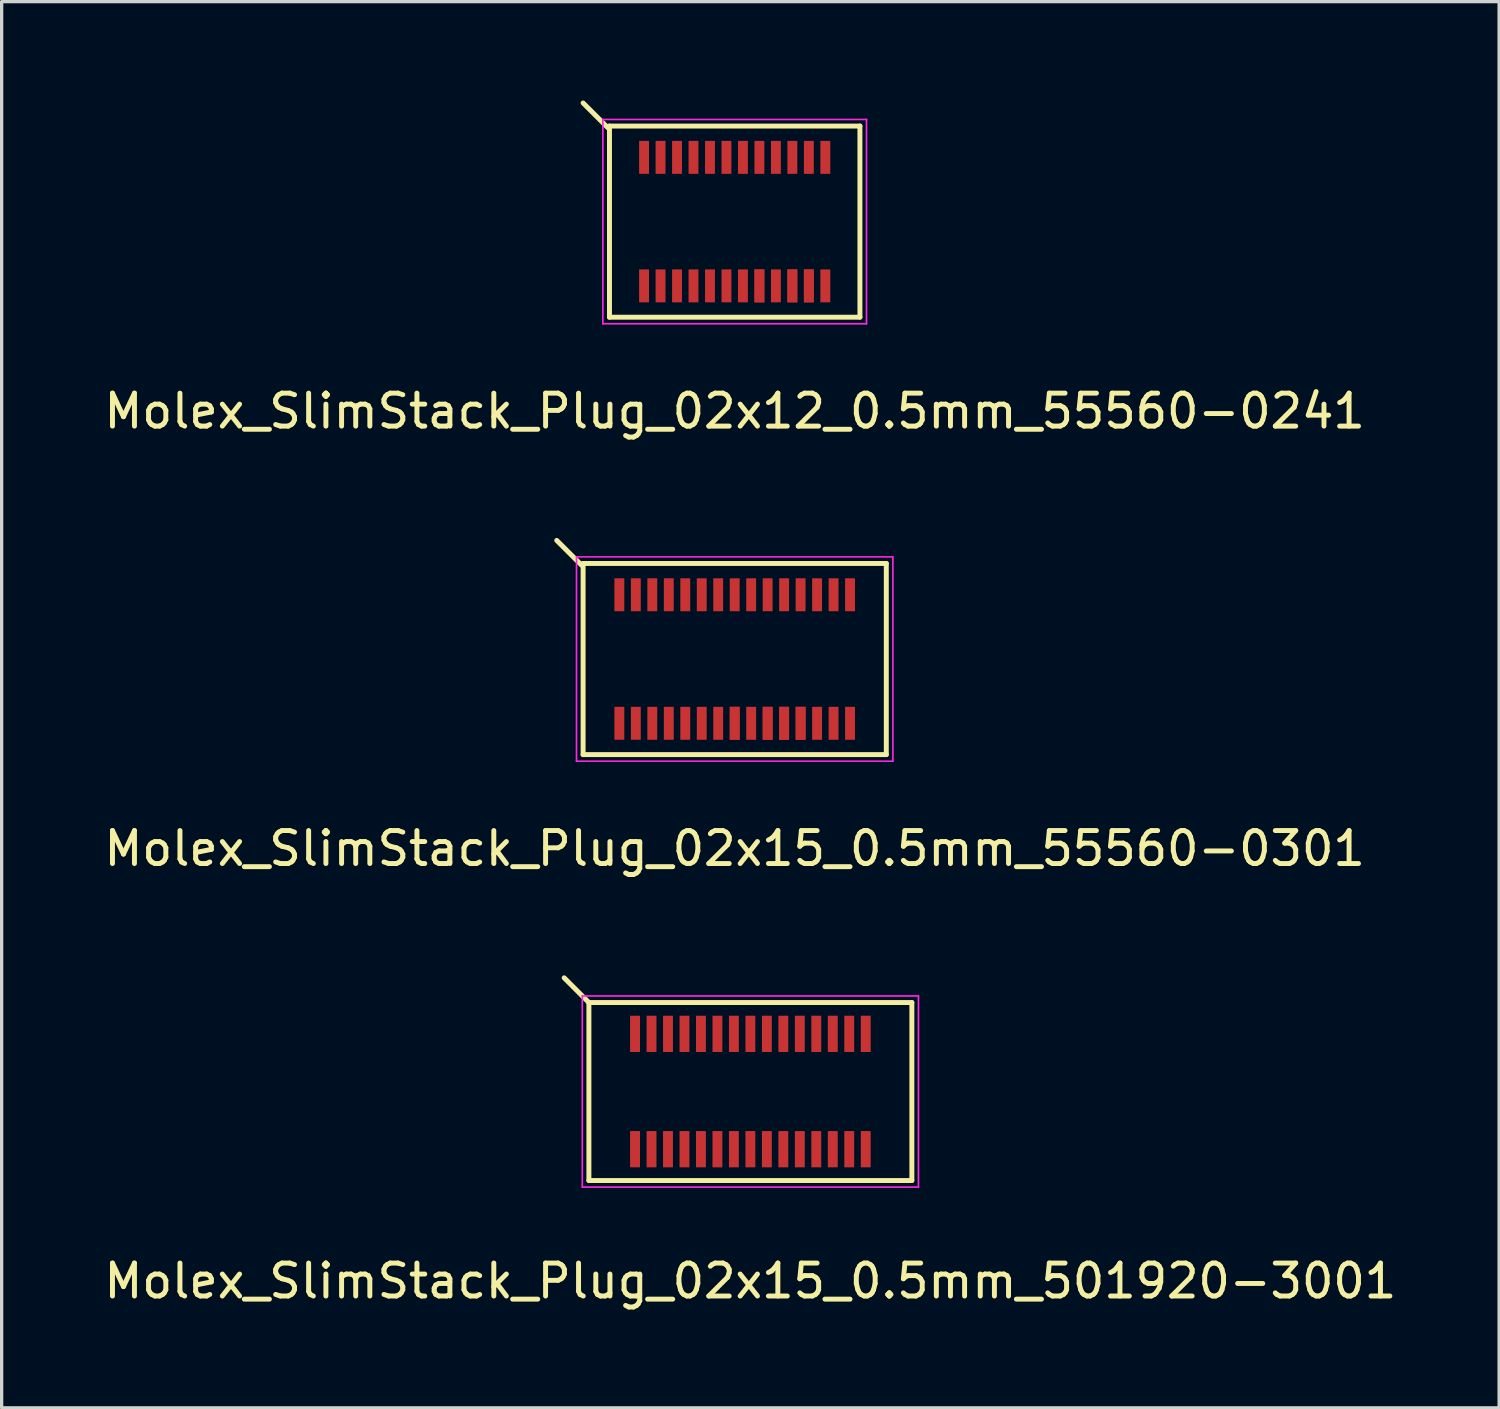
<source format=kicad_pcb>
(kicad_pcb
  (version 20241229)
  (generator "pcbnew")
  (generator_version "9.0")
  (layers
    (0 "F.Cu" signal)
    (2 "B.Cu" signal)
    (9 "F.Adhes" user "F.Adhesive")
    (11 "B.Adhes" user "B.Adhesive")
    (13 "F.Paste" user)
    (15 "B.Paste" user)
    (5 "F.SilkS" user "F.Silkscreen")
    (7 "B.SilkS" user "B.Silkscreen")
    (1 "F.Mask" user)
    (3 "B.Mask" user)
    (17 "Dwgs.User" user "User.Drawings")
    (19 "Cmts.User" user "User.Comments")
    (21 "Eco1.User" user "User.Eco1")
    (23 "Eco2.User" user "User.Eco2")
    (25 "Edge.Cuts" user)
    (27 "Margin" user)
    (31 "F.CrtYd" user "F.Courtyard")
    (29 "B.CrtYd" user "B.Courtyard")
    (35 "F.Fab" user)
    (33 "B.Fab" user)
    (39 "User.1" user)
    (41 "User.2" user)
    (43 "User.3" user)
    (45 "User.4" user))
  (footprint "Molex_SlimStack_Plug_02x15_0.5mm_55560-0301"
    (layer "F.Cu")
    (at 19.244 16.948)
    (property "Reference" "Molex_SlimStack_Plug_02x15_0.5mm_55560-0301" (at 0 5.75 0) (layer "F.SilkS") (effects (font (size 1 1) (thickness 0.15))))
    (attr smd)
    (fp_line (start -4.65 -2.85) (end -5.4 -3.6) (stroke (width 0.15) (type solid)) (layer "F.SilkS"))
    (fp_line (start -4.6 -2.9) (end -4.6 2.9) (stroke (width 0.15) (type solid)) (layer "F.SilkS"))
    (fp_line (start -4.6 2.9) (end 4.6 2.9) (stroke (width 0.15) (type solid)) (layer "F.SilkS"))
    (fp_line (start 4.6 -2.9) (end -4.6 -2.9) (stroke (width 0.15) (type solid)) (layer "F.SilkS"))
    (fp_line (start 4.6 2.9) (end 4.6 -2.9) (stroke (width 0.15) (type solid)) (layer "F.SilkS"))
    (fp_line (start -4.8 -3.1) (end -4.8 3.1) (stroke (width 0.05) (type solid)) (layer "F.CrtYd"))
    (fp_line (start -4.8 3.1) (end 4.8 3.1) (stroke (width 0.05) (type solid)) (layer "F.CrtYd"))
    (fp_line (start 4.8 -3.1) (end -4.8 -3.1) (stroke (width 0.05) (type solid)) (layer "F.CrtYd"))
    (fp_line (start 4.8 3.1) (end 4.8 -3.1) (stroke (width 0.05) (type solid)) (layer "F.CrtYd"))
    (pad "1" smd rect (at -3.5 -1.95) (size 0.3 1) (layers "F.Cu" "F.Mask" "F.Paste"))
    (pad "2" smd rect (at -3.5 1.95) (size 0.3 1) (layers "F.Cu" "F.Mask" "F.Paste"))
    (pad "3" smd rect (at -3 -1.95) (size 0.3 1) (layers "F.Cu" "F.Mask" "F.Paste"))
    (pad "4" smd rect (at -3 1.95) (size 0.3 1) (layers "F.Cu" "F.Mask" "F.Paste"))
    (pad "5" smd rect (at -2.5 -1.95) (size 0.3 1) (layers "F.Cu" "F.Mask" "F.Paste"))
    (pad "6" smd rect (at -2.5 1.95) (size 0.3 1) (layers "F.Cu" "F.Mask" "F.Paste"))
    (pad "7" smd rect (at -2 -1.95) (size 0.3 1) (layers "F.Cu" "F.Mask" "F.Paste"))
    (pad "8" smd rect (at -2 1.95) (size 0.3 1) (layers "F.Cu" "F.Mask" "F.Paste"))
    (pad "9" smd rect (at -1.5 -1.95) (size 0.3 1) (layers "F.Cu" "F.Mask" "F.Paste"))
    (pad "10" smd rect (at -1.5 1.95) (size 0.3 1) (layers "F.Cu" "F.Mask" "F.Paste"))
    (pad "11" smd rect (at -1 -1.95) (size 0.3 1) (layers "F.Cu" "F.Mask" "F.Paste"))
    (pad "12" smd rect (at -1 1.95) (size 0.3 1) (layers "F.Cu" "F.Mask" "F.Paste"))
    (pad "13" smd rect (at -0.5 -1.95) (size 0.3 1) (layers "F.Cu" "F.Mask" "F.Paste"))
    (pad "14" smd rect (at -0.5 1.95) (size 0.3 1) (layers "F.Cu" "F.Mask" "F.Paste"))
    (pad "15" smd rect (at 0 -1.95) (size 0.3 1) (layers "F.Cu" "F.Mask" "F.Paste"))
    (pad "16" smd rect (at 0 1.95) (size 0.3 1) (layers "F.Cu" "F.Mask" "F.Paste"))
    (pad "16" smd rect (at 0 1.95) (size 0.3 1) (layers "F.Cu" "F.Mask" "F.Paste"))
    (pad "17" smd rect (at 0.5 -1.95) (size 0.3 1) (layers "F.Cu" "F.Mask" "F.Paste"))
    (pad "18" smd rect (at 0.5 1.95) (size 0.3 1) (layers "F.Cu" "F.Mask" "F.Paste"))
    (pad "19" smd rect (at 1 -1.95) (size 0.3 1) (layers "F.Cu" "F.Mask" "F.Paste"))
    (pad "20" smd rect (at 1 1.95) (size 0.3 1) (layers "F.Cu" "F.Mask" "F.Paste"))
    (pad "20" smd rect (at 1 1.95) (size 0.3 1) (layers "F.Cu" "F.Mask" "F.Paste"))
    (pad "21" smd rect (at 1.5 -1.95) (size 0.3 1) (layers "F.Cu" "F.Mask" "F.Paste"))
    (pad "22" smd rect (at 1.5 1.95) (size 0.3 1) (layers "F.Cu" "F.Mask" "F.Paste"))
    (pad "22" smd rect (at 1.5 1.95) (size 0.3 1) (layers "F.Cu" "F.Mask" "F.Paste"))
    (pad "23" smd rect (at 2 -1.95) (size 0.3 1) (layers "F.Cu" "F.Mask" "F.Paste"))
    (pad "24" smd rect (at 2 1.95) (size 0.3 1) (layers "F.Cu" "F.Mask" "F.Paste"))
    (pad "24" smd rect (at 2 1.95) (size 0.3 1) (layers "F.Cu" "F.Mask" "F.Paste"))
    (pad "25" smd rect (at 2.5 -1.95) (size 0.3 1) (layers "F.Cu" "F.Mask" "F.Paste"))
    (pad "26" smd rect (at 2.5 1.95) (size 0.3 1) (layers "F.Cu" "F.Mask" "F.Paste"))
    (pad "27" smd rect (at 3 -1.95) (size 0.3 1) (layers "F.Cu" "F.Mask" "F.Paste"))
    (pad "28" smd rect (at 3 1.95) (size 0.3 1) (layers "F.Cu" "F.Mask" "F.Paste"))
    (pad "29" smd rect (at 3.5 -1.95) (size 0.3 1) (layers "F.Cu" "F.Mask" "F.Paste"))
    (pad "30" smd rect (at 3.5 1.95) (size 0.3 1) (layers "F.Cu" "F.Mask" "F.Paste")))
  (footprint "Molex_SlimStack_Plug_02x15_0.5mm_501920-3001"
    (layer "F.Cu")
    (at 19.72 30.072)
    (property "Reference" "Molex_SlimStack_Plug_02x15_0.5mm_501920-3001" (at 0 5.75 0) (layer "F.SilkS") (effects (font (size 1 1) (thickness 0.15))))
    (attr smd)
    (fp_line (start -4.9 -2.7) (end -5.65 -3.45) (stroke (width 0.15) (type solid)) (layer "F.SilkS"))
    (fp_line (start -4.9 -2.7) (end -4.9 2.7) (stroke (width 0.15) (type solid)) (layer "F.SilkS"))
    (fp_line (start -4.9 2.7) (end 4.9 2.7) (stroke (width 0.15) (type solid)) (layer "F.SilkS"))
    (fp_line (start 4.9 -2.7) (end -4.9 -2.7) (stroke (width 0.15) (type solid)) (layer "F.SilkS"))
    (fp_line (start 4.9 2.7) (end 4.9 -2.7) (stroke (width 0.15) (type solid)) (layer "F.SilkS"))
    (fp_line (start -5.1 -2.9) (end -5.1 2.9) (stroke (width 0.05) (type solid)) (layer "F.CrtYd"))
    (fp_line (start -5.1 2.9) (end 5.1 2.9) (stroke (width 0.05) (type solid)) (layer "F.CrtYd"))
    (fp_line (start 5.1 -2.9) (end -5.1 -2.9) (stroke (width 0.05) (type solid)) (layer "F.CrtYd"))
    (fp_line (start 5.1 2.9) (end 5.1 -2.9) (stroke (width 0.05) (type solid)) (layer "F.CrtYd"))
    (pad "1" smd rect (at -3.5 -1.75) (size 0.3 1.1) (layers "F.Cu" "F.Mask" "F.Paste"))
    (pad "2" smd rect (at -3.5 1.75) (size 0.3 1.1) (layers "F.Cu" "F.Mask" "F.Paste"))
    (pad "3" smd rect (at -3 -1.75) (size 0.3 1.1) (layers "F.Cu" "F.Mask" "F.Paste"))
    (pad "4" smd rect (at -3 1.75) (size 0.3 1.1) (layers "F.Cu" "F.Mask" "F.Paste"))
    (pad "5" smd rect (at -2.5 -1.75) (size 0.3 1.1) (layers "F.Cu" "F.Mask" "F.Paste"))
    (pad "6" smd rect (at -2.5 1.75) (size 0.3 1.1) (layers "F.Cu" "F.Mask" "F.Paste"))
    (pad "7" smd rect (at -2 -1.75) (size 0.3 1.1) (layers "F.Cu" "F.Mask" "F.Paste"))
    (pad "8" smd rect (at -2 1.75) (size 0.3 1.1) (layers "F.Cu" "F.Mask" "F.Paste"))
    (pad "9" smd rect (at -1.5 -1.75) (size 0.3 1.1) (layers "F.Cu" "F.Mask" "F.Paste"))
    (pad "10" smd rect (at -1.5 1.75) (size 0.3 1.1) (layers "F.Cu" "F.Mask" "F.Paste"))
    (pad "11" smd rect (at -1 -1.75) (size 0.3 1.1) (layers "F.Cu" "F.Mask" "F.Paste"))
    (pad "12" smd rect (at -1 1.75) (size 0.3 1.1) (layers "F.Cu" "F.Mask" "F.Paste"))
    (pad "13" smd rect (at -0.5 -1.75) (size 0.3 1.1) (layers "F.Cu" "F.Mask" "F.Paste"))
    (pad "14" smd rect (at -0.5 1.75) (size 0.3 1.1) (layers "F.Cu" "F.Mask" "F.Paste"))
    (pad "15" smd rect (at 0 -1.75) (size 0.3 1.1) (layers "F.Cu" "F.Mask" "F.Paste"))
    (pad "16" smd rect (at 0 1.75) (size 0.3 1.1) (layers "F.Cu" "F.Mask" "F.Paste"))
    (pad "17" smd rect (at 0.5 -1.75) (size 0.3 1.1) (layers "F.Cu" "F.Mask" "F.Paste"))
    (pad "18" smd rect (at 0.5 1.75) (size 0.3 1.1) (layers "F.Cu" "F.Mask" "F.Paste"))
    (pad "19" smd rect (at 1 -1.75) (size 0.3 1.1) (layers "F.Cu" "F.Mask" "F.Paste"))
    (pad "20" smd rect (at 1 1.75) (size 0.3 1.1) (layers "F.Cu" "F.Mask" "F.Paste"))
    (pad "21" smd rect (at 1.5 -1.75) (size 0.3 1.1) (layers "F.Cu" "F.Mask" "F.Paste"))
    (pad "22" smd rect (at 1.5 1.75) (size 0.3 1.1) (layers "F.Cu" "F.Mask" "F.Paste"))
    (pad "23" smd rect (at 2 -1.75) (size 0.3 1.1) (layers "F.Cu" "F.Mask" "F.Paste"))
    (pad "24" smd rect (at 2 1.75) (size 0.3 1.1) (layers "F.Cu" "F.Mask" "F.Paste"))
    (pad "25" smd rect (at 2.5 -1.75) (size 0.3 1.1) (layers "F.Cu" "F.Mask" "F.Paste"))
    (pad "26" smd rect (at 2.5 1.75) (size 0.3 1.1) (layers "F.Cu" "F.Mask" "F.Paste"))
    (pad "27" smd rect (at 3 -1.75) (size 0.3 1.1) (layers "F.Cu" "F.Mask" "F.Paste"))
    (pad "28" smd rect (at 3 1.75) (size 0.3 1.1) (layers "F.Cu" "F.Mask" "F.Paste"))
    (pad "29" smd rect (at 3.5 -1.75) (size 0.3 1.1) (layers "F.Cu" "F.Mask" "F.Paste"))
    (pad "30" smd rect (at 3.5 1.75) (size 0.3 1.1) (layers "F.Cu" "F.Mask" "F.Paste")))
  (footprint "Molex_SlimStack_Plug_02x12_0.5mm_55560-0241"
    (layer "F.Cu")
    (at 19.244 3.675)
    (property "Reference" "Molex_SlimStack_Plug_02x12_0.5mm_55560-0241" (at 0 5.75 0) (layer "F.SilkS") (effects (font (size 1 1) (thickness 0.15))))
    (attr smd)
    (fp_line (start -3.85 -2.85) (end -4.6 -3.6) (stroke (width 0.15) (type solid)) (layer "F.SilkS"))
    (fp_line (start -3.8 -2.9) (end -3.8 2.9) (stroke (width 0.15) (type solid)) (layer "F.SilkS"))
    (fp_line (start -3.8 2.9) (end 3.8 2.9) (stroke (width 0.15) (type solid)) (layer "F.SilkS"))
    (fp_line (start 3.8 -2.9) (end -3.8 -2.9) (stroke (width 0.15) (type solid)) (layer "F.SilkS"))
    (fp_line (start 3.8 2.9) (end 3.8 -2.9) (stroke (width 0.15) (type solid)) (layer "F.SilkS"))
    (fp_line (start -4 -3.1) (end -4 3.1) (stroke (width 0.05) (type solid)) (layer "F.CrtYd"))
    (fp_line (start -4 3.1) (end 4 3.1) (stroke (width 0.05) (type solid)) (layer "F.CrtYd"))
    (fp_line (start 4 -3.1) (end -4 -3.1) (stroke (width 0.05) (type solid)) (layer "F.CrtYd"))
    (fp_line (start 4 3.1) (end 4 -3.1) (stroke (width 0.05) (type solid)) (layer "F.CrtYd"))
    (pad "1" smd rect (at -2.75 -1.95) (size 0.3 1) (layers "F.Cu" "F.Mask" "F.Paste"))
    (pad "2" smd rect (at -2.75 1.95) (size 0.3 1) (layers "F.Cu" "F.Mask" "F.Paste"))
    (pad "3" smd rect (at -2.25 -1.95) (size 0.3 1) (layers "F.Cu" "F.Mask" "F.Paste"))
    (pad "4" smd rect (at -2.25 1.95) (size 0.3 1) (layers "F.Cu" "F.Mask" "F.Paste"))
    (pad "5" smd rect (at -1.75 -1.95) (size 0.3 1) (layers "F.Cu" "F.Mask" "F.Paste"))
    (pad "6" smd rect (at -1.75 1.95) (size 0.3 1) (layers "F.Cu" "F.Mask" "F.Paste"))
    (pad "7" smd rect (at -1.25 -1.95) (size 0.3 1) (layers "F.Cu" "F.Mask" "F.Paste"))
    (pad "8" smd rect (at -1.25 1.95) (size 0.3 1) (layers "F.Cu" "F.Mask" "F.Paste"))
    (pad "9" smd rect (at -0.75 -1.95) (size 0.3 1) (layers "F.Cu" "F.Mask" "F.Paste"))
    (pad "10" smd rect (at -0.75 1.95) (size 0.3 1) (layers "F.Cu" "F.Mask" "F.Paste"))
    (pad "11" smd rect (at -0.25 -1.95) (size 0.3 1) (layers "F.Cu" "F.Mask" "F.Paste"))
    (pad "12" smd rect (at -0.25 1.95) (size 0.3 1) (layers "F.Cu" "F.Mask" "F.Paste"))
    (pad "13" smd rect (at 0.25 -1.95) (size 0.3 1) (layers "F.Cu" "F.Mask" "F.Paste"))
    (pad "14" smd rect (at 0.25 1.95) (size 0.3 1) (layers "F.Cu" "F.Mask" "F.Paste"))
    (pad "15" smd rect (at 0.75 -1.95) (size 0.3 1) (layers "F.Cu" "F.Mask" "F.Paste"))
    (pad "16" smd rect (at 0.75 1.95) (size 0.3 1) (layers "F.Cu" "F.Mask" "F.Paste"))
    (pad "16" smd rect (at 0.75 1.95) (size 0.3 1) (layers "F.Cu" "F.Mask" "F.Paste"))
    (pad "17" smd rect (at 1.25 -1.95) (size 0.3 1) (layers "F.Cu" "F.Mask" "F.Paste"))
    (pad "18" smd rect (at 1.25 1.95) (size 0.3 1) (layers "F.Cu" "F.Mask" "F.Paste"))
    (pad "19" smd rect (at 1.75 -1.95) (size 0.3 1) (layers "F.Cu" "F.Mask" "F.Paste"))
    (pad "20" smd rect (at 1.75 1.95) (size 0.3 1) (layers "F.Cu" "F.Mask" "F.Paste"))
    (pad "20" smd rect (at 1.75 1.95) (size 0.3 1) (layers "F.Cu" "F.Mask" "F.Paste"))
    (pad "21" smd rect (at 2.25 -1.95) (size 0.3 1) (layers "F.Cu" "F.Mask" "F.Paste"))
    (pad "22" smd rect (at 2.25 1.95) (size 0.3 1) (layers "F.Cu" "F.Mask" "F.Paste"))
    (pad "22" smd rect (at 2.25 1.95) (size 0.3 1) (layers "F.Cu" "F.Mask" "F.Paste"))
    (pad "23" smd rect (at 2.75 -1.95) (size 0.3 1) (layers "F.Cu" "F.Mask" "F.Paste"))
    (pad "24" smd rect (at 2.75 1.95) (size 0.3 1) (layers "F.Cu" "F.Mask" "F.Paste")))
  (gr_rect
    (start -3 -3)
    (end 42.44 39.67)
    (stroke (width 0.1) (type default))
    (fill no)
    (layer "Edge.Cuts")))
</source>
